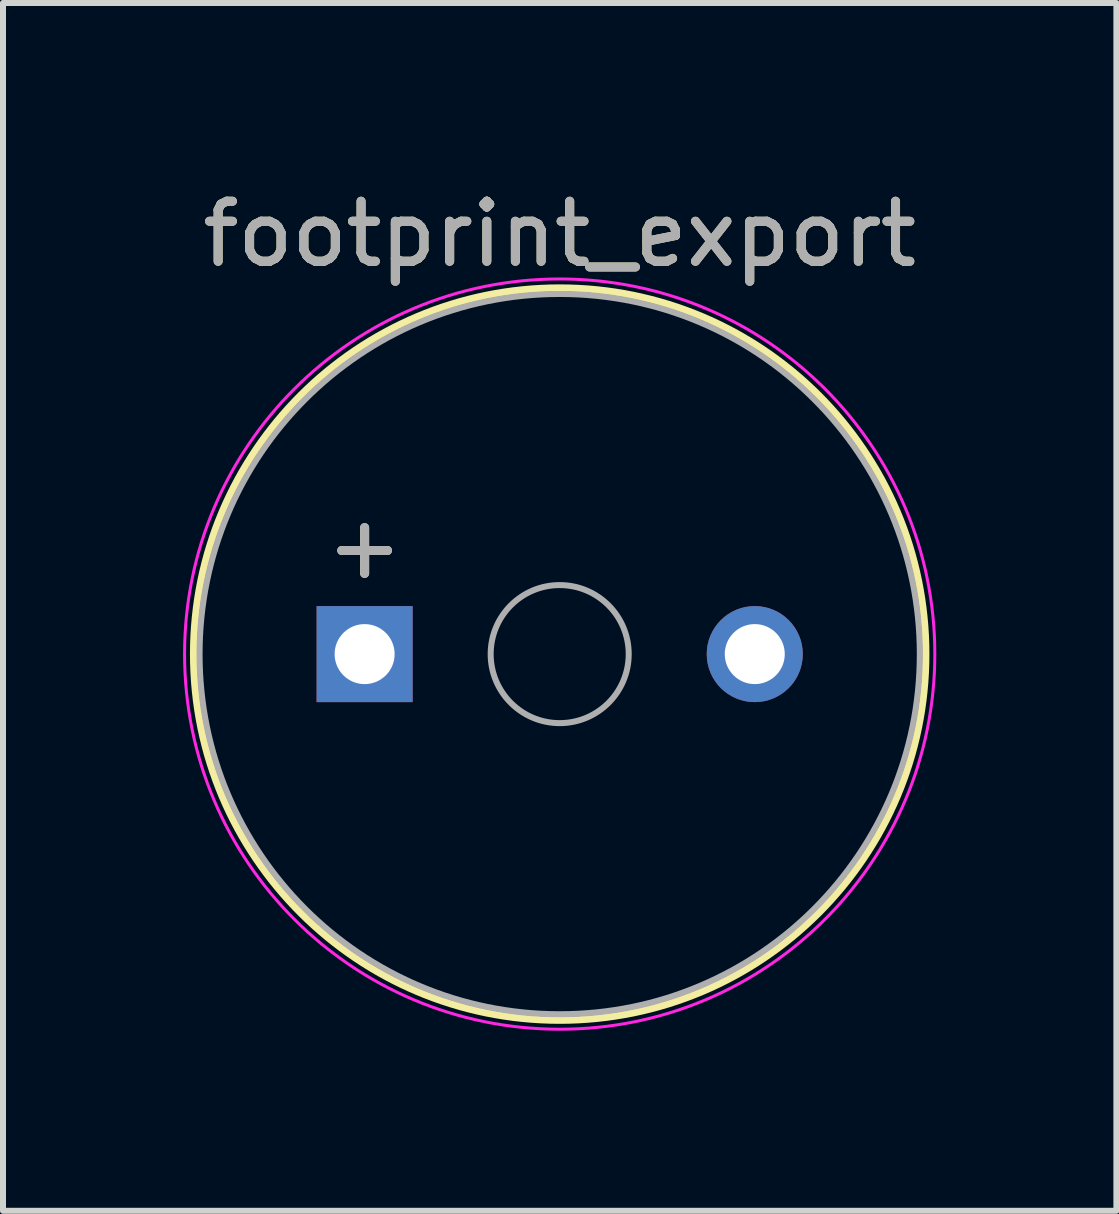
<source format=kicad_pcb>
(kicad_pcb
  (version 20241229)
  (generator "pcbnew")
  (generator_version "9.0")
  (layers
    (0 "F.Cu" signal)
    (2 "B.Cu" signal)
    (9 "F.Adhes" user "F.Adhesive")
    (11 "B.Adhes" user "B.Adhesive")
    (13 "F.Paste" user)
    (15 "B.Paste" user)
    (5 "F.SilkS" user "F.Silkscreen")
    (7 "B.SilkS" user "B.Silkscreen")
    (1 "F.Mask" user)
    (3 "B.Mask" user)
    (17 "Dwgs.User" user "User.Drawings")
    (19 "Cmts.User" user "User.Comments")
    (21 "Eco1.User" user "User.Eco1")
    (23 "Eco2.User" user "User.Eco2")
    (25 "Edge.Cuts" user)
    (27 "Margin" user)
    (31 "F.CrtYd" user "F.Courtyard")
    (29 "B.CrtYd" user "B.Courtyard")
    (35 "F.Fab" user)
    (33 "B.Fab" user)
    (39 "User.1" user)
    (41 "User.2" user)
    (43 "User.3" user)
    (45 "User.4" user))
  (footprint "footprint_export"
    (layer "F.Cu")
    (at 3.025 7.848)
    (property "Reference" "footprint_export" (at 3.25 -7 0) (layer "F.SilkS") (effects (font (size 1 1) (thickness 0.15))))
    (attr through_hole)
    (fp_circle (center 3.25 0) (end 9.35 0) (stroke (width 0.12) (type solid)) (fill no) (layer "F.SilkS"))
    (fp_circle (center 3.25 0) (end 9.5 0) (stroke (width 0.05) (type solid)) (fill no) (layer "F.CrtYd"))
    (fp_circle (center 3.25 0) (end 4.4 0) (stroke (width 0.1) (type solid)) (fill no) (layer "F.Fab"))
    (fp_circle (center 3.25 0) (end 9.25 0) (stroke (width 0.1) (type solid)) (fill no) (layer "F.Fab"))
    (fp_text user "+" (at 0 -1.8 0) (layer "F.SilkS") (effects (font (size 1 1) (thickness 0.15))))
    (fp_text user "+" (at 0 -1.8 0) (layer "F.Fab") (effects (font (size 1 1) (thickness 0.15))))
    (fp_text user "${REFERENCE}" (at 3.25 -7 0) (layer "F.Fab") (effects (font (size 1 1) (thickness 0.15))))
    (pad "1" thru_hole rect (at 0 0) (size 1.6 1.6) (drill 1) (layers "*.Cu" "*.Mask"))
    (pad "2" thru_hole circle (at 6.5 0) (size 1.6 1.6) (drill 1) (layers "*.Cu" "*.Mask")))
  (gr_rect
    (start -3 -3)
    (end 15.55 17.123)
    (stroke (width 0.1) (type default))
    (fill no)
    (layer "Edge.Cuts")))
</source>
